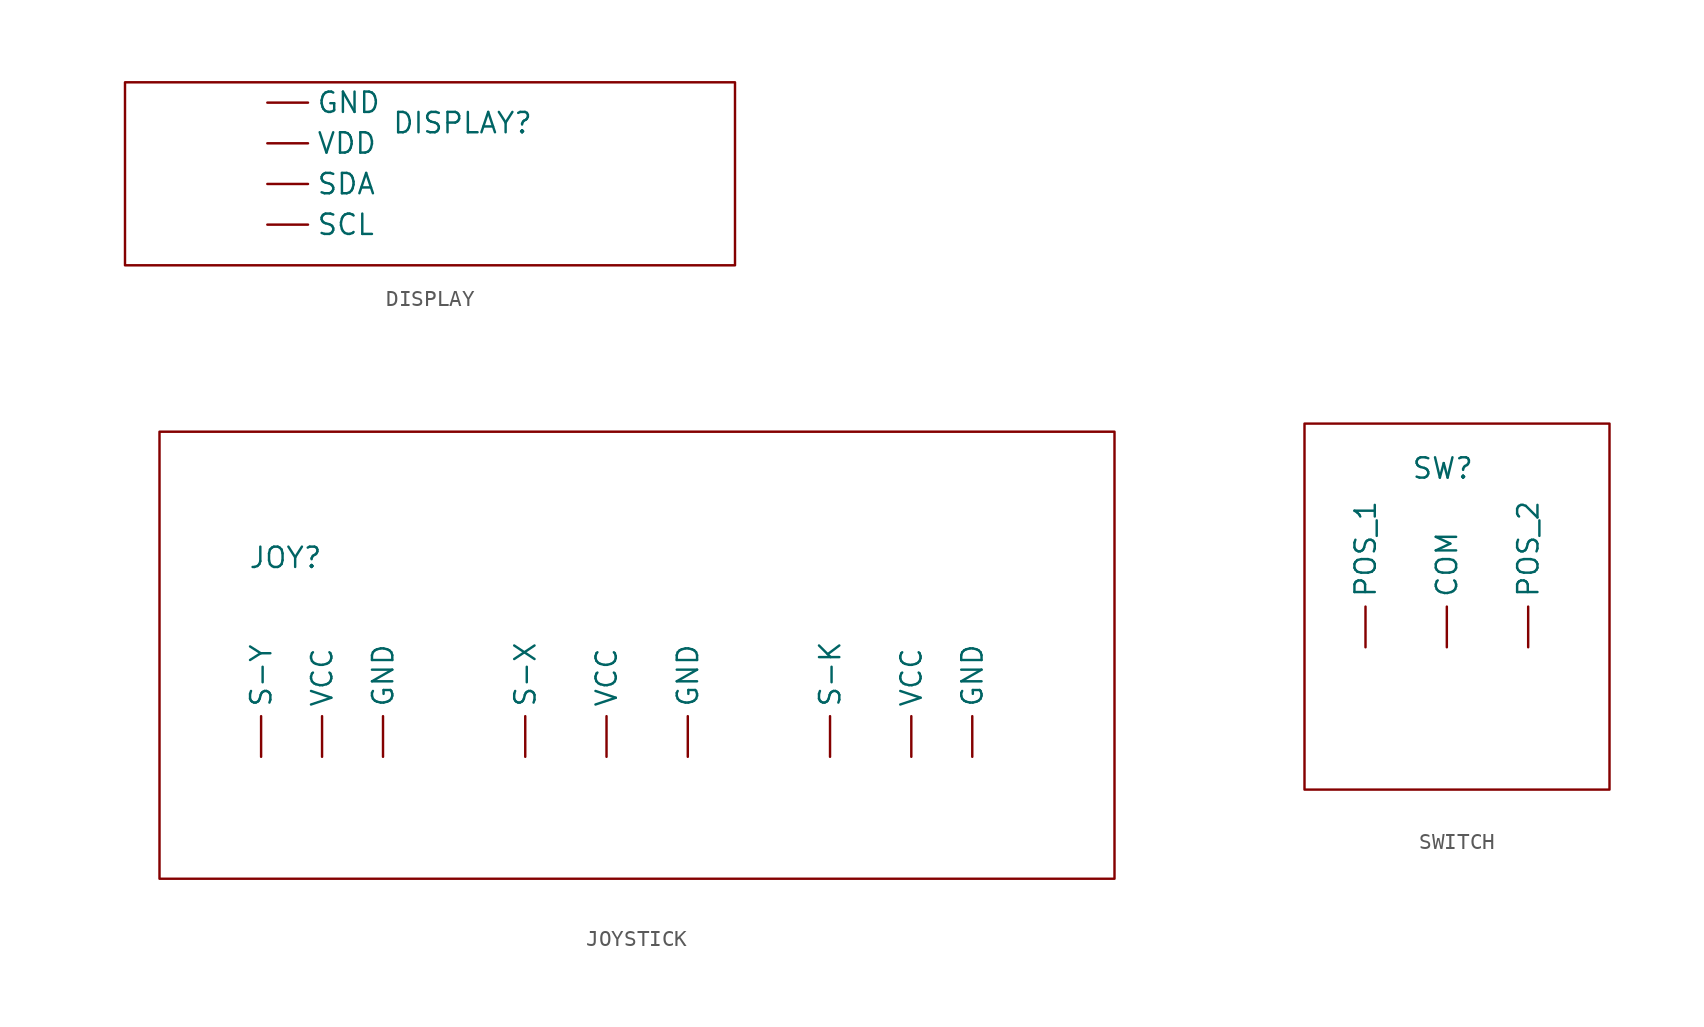
<source format=kicad_sym>
(kicad_symbol_lib
  (version 20241209)
  (generator "kicad_symbol_editor")
  (generator_version "9.0")
  (symbol "DISPLAY"
    (property "Reference" "DISPLAY"
      (at 14.732 1.27 0)
      (effects (font (size 1.27 1.27))))
    (property "Value" ""
      (at 0 0 0)
      (effects (font (size 1.27 1.27))))
    (symbol "DISPLAY_0_1"
      (rectangle (start -6.35 3.81) (end 31.75 -7.62) (stroke (width 0) (type default)) (fill (type none))))
    (symbol "DISPLAY_1_1"
      (pin passive line (at 2.54 2.54 0) (length 2.54) (name "GND" (effects (font (size 1.27 1.27)))) (number "" (effects (font (size 1.27 1.27)))))
      (pin passive line (at 2.54 0 0) (length 2.54) (name "VDD" (effects (font (size 1.27 1.27)))) (number "" (effects (font (size 1.27 1.27)))))
      (pin passive line (at 2.54 -2.54 0) (length 2.54) (name "SDA" (effects (font (size 1.27 1.27)))) (number "" (effects (font (size 1.27 1.27)))))
      (pin passive line (at 2.54 -5.08 0) (length 2.54) (name "SCL" (effects (font (size 1.27 1.27)))) (number "" (effects (font (size 1.27 1.27)))))))
  (symbol "JOYSTICK"
    (property "Reference" "JOY"
      (at -3.556 2.286 0)
      (effects (font (size 1.27 1.27))))
    (property "Value" ""
      (at 0 0 0)
      (effects (font (size 1.27 1.27))))
    (symbol "JOYSTICK_0_1"
      (rectangle (start 48.26 -17.78) (end -11.43 10.16) (stroke (width 0) (type default)) (fill (type none))))
    (symbol "JOYSTICK_1_1"
      (pin output line (at -5.08 -10.16 90) (length 2.54) (name "S-Y" (effects (font (size 1.27 1.27)))) (number "" (effects (font (size 1.27 1.27)))))
      (pin input line (at -1.27 -10.16 90) (length 2.54) (name "VCC" (effects (font (size 1.27 1.27)))) (number "" (effects (font (size 1.27 1.27)))))
      (pin input line (at 2.54 -10.16 90) (length 2.54) (name "GND" (effects (font (size 1.27 1.27)))) (number "" (effects (font (size 1.27 1.27)))))
      (pin output line (at 11.43 -10.16 90) (length 2.54) (name "S-X" (effects (font (size 1.27 1.27)))) (number "" (effects (font (size 1.27 1.27)))))
      (pin input line (at 16.51 -10.16 90) (length 2.54) (name "VCC" (effects (font (size 1.27 1.27)))) (number "" (effects (font (size 1.27 1.27)))))
      (pin input line (at 21.59 -10.16 90) (length 2.54) (name "GND" (effects (font (size 1.27 1.27)))) (number "" (effects (font (size 1.27 1.27)))))
      (pin output line (at 30.48 -10.16 90) (length 2.54) (name "S-K" (effects (font (size 1.27 1.27)))) (number "" (effects (font (size 1.27 1.27)))))
      (pin input line (at 35.56 -10.16 90) (length 2.54) (name "VCC" (effects (font (size 1.27 1.27)))) (number "" (effects (font (size 1.27 1.27)))))
      (pin input line (at 39.37 -10.16 90) (length 2.54) (name "GND" (effects (font (size 1.27 1.27)))) (number "" (effects (font (size 1.27 1.27)))))))
  (symbol "SWITCH"
    (property "Reference" "SW"
      (at 3.556 -1.524 0)
      (effects (font (size 1.27 1.27))))
    (property "Value" ""
      (at 0 0 0)
      (effects (font (size 1.27 1.27))))
    (symbol "SWITCH_0_1"
      (rectangle (start -5.08 1.27) (end 13.97 -21.59) (stroke (width 0) (type default)) (fill (type none))))
    (symbol "SWITCH_1_1"
      (pin passive line (at -1.27 -12.7 90) (length 2.54) (name "POS_1" (effects (font (size 1.27 1.27)))) (number "" (effects (font (size 1.27 1.27)))))
      (pin passive line (at 3.81 -12.7 90) (length 2.54) (name "COM" (effects (font (size 1.27 1.27)))) (number "" (effects (font (size 1.27 1.27)))))
      (pin passive line (at 8.89 -12.7 90) (length 2.54) (name "POS_2" (effects (font (size 1.27 1.27)))) (number "" (effects (font (size 1.27 1.27))))))))
</source>
